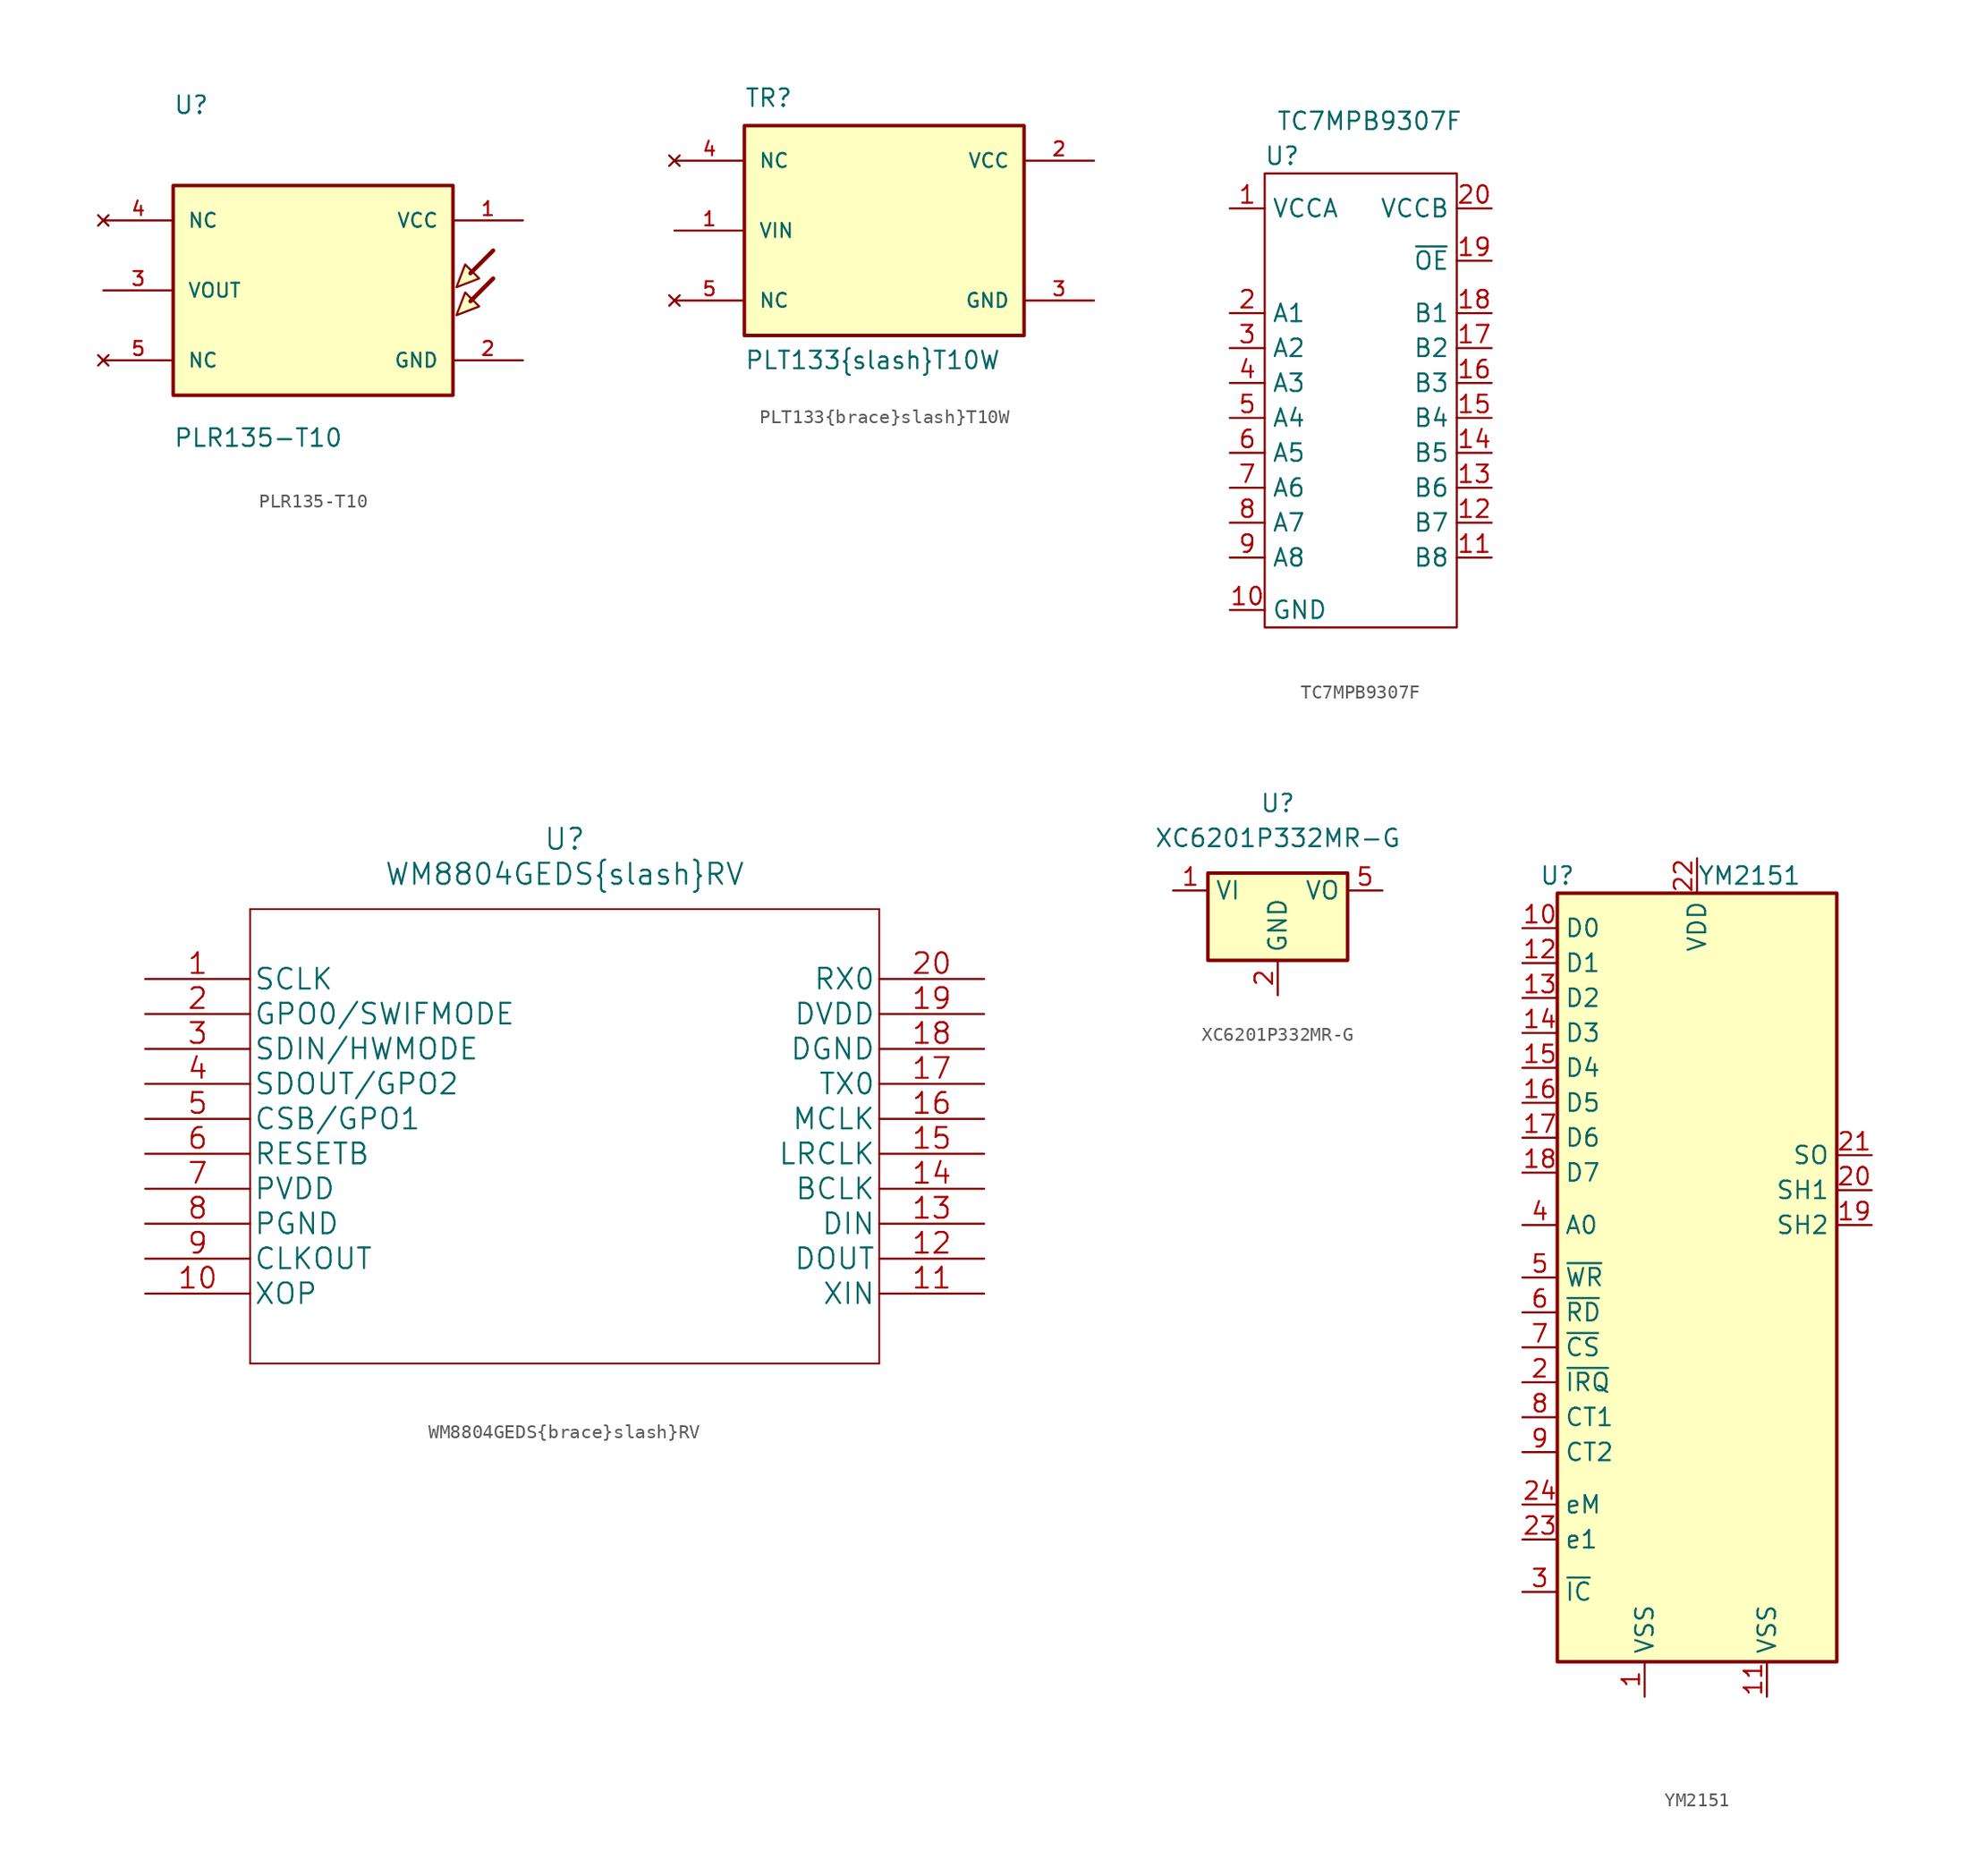
<source format=kicad_sym>
(kicad_symbol_lib
  (version 20211014)
  (generator kicad_symbol_editor)
  (symbol "PLR135-T10"
    (pin_names
      (offset 1.016))
    (property "Reference" "U"
      (at -5.08 11.455 0)
      (effects (font (size 1.27 1.27)) (justify left bottom)))
    (property "Value" "PLR135-T10"
      (at -5.08 -12.725 0)
      (effects (font (size 1.27 1.27)) (justify left bottom)))
    (symbol "PLR135-T10_0_0"
      (rectangle (start -5.08 -8.89) (end 15.24 6.35) (stroke (width 0.254) (type default) (color 0 0 0 0)) (fill (type background)))
      (polyline (pts (xy 18.161 -0.406) (xy 16.51 -2.057)) (stroke (width 0.305) (type default) (color 0 0 0 0)) (fill (type none)))
      (polyline (pts (xy 18.161 1.626) (xy 16.51 -0.025)) (stroke (width 0.305) (type default) (color 0 0 0 0)) (fill (type none)))
      (polyline (pts (xy 15.494 -3.073) (xy 16.129 -1.422) (xy 17.145 -2.438) (xy 15.494 -3.073)) (stroke (width 0.152) (type default) (color 0 0 0 0)) (fill (type background)))
      (polyline (pts (xy 15.494 -1.041) (xy 16.129 0.61) (xy 17.145 -0.406) (xy 15.494 -1.041)) (stroke (width 0.152) (type default) (color 0 0 0 0)) (fill (type background)))
      (pin power_in line (at 20.32 3.81 180) (length 5.08) (name "VCC" (effects (font (size 1.016 1.016)))) (number "1" (effects (font (size 1.016 1.016)))))
      (pin power_in line (at 20.32 -6.35 180) (length 5.08) (name "GND" (effects (font (size 1.016 1.016)))) (number "2" (effects (font (size 1.016 1.016)))))
      (pin output line (at -10.16 -1.27 0) (length 5.08) (name "VOUT" (effects (font (size 1.016 1.016)))) (number "3" (effects (font (size 1.016 1.016)))))
      (pin no_connect line (at -10.16 3.81 0) (length 5.08) (name "NC" (effects (font (size 1.016 1.016)))) (number "4" (effects (font (size 1.016 1.016)))))
      (pin no_connect line (at -10.16 -6.35 0) (length 5.08) (name "NC" (effects (font (size 1.016 1.016)))) (number "5" (effects (font (size 1.016 1.016)))))))
  (symbol "PLT133{brace}slash}T10W"
    (pin_names
      (offset 1.016))
    (property "Reference" "TR"
      (at -10.16 8.89 0)
      (effects (font (size 1.27 1.27)) (justify left bottom)))
    (property "Value" "PLT133{brace}slash}T10W"
      (at -10.16 -10.16 0)
      (effects (font (size 1.27 1.27)) (justify left bottom)))
    (symbol "PLT133{brace}slash}T10W_0_0"
      (rectangle (start -10.16 -7.62) (end 10.16 7.62) (stroke (width 0.254) (type default) (color 0 0 0 0)) (fill (type background)))
      (pin input line (at -15.24 0 0) (length 5.08) (name "VIN" (effects (font (size 1.016 1.016)))) (number "1" (effects (font (size 1.016 1.016)))))
      (pin power_in line (at 15.24 5.08 180) (length 5.08) (name "VCC" (effects (font (size 1.016 1.016)))) (number "2" (effects (font (size 1.016 1.016)))))
      (pin power_in line (at 15.24 -5.08 180) (length 5.08) (name "GND" (effects (font (size 1.016 1.016)))) (number "3" (effects (font (size 1.016 1.016)))))
      (pin no_connect line (at -15.24 5.08 0) (length 5.08) (name "NC" (effects (font (size 1.016 1.016)))) (number "4" (effects (font (size 1.016 1.016)))))
      (pin no_connect line (at -15.24 -5.08 0) (length 5.08) (name "NC" (effects (font (size 1.016 1.016)))) (number "5" (effects (font (size 1.016 1.016)))))))
  (symbol "TC7MPB9307F"
    (property "Reference" "U"
      (at -3.81 1.27 0)
      (effects (font (size 1.27 1.27))))
    (property "Value" "TC7MPB9307F"
      (at 2.54 3.81 0)
      (effects (font (size 1.27 1.27))))
    (symbol "TC7MPB9307F_0_1"
      (rectangle (start -5.08 0) (end 8.89 -33.02) (stroke (width 0) (type default) (color 0 0 0 0)) (fill (type none))))
    (symbol "TC7MPB9307F_1_1"
      (pin power_in line (at -7.62 -2.54 0) (length 2.54) (name "VCCA" (effects (font (size 1.27 1.27)))) (number "1" (effects (font (size 1.27 1.27)))))
      (pin power_in line (at -7.62 -31.75 0) (length 2.54) (name "GND" (effects (font (size 1.27 1.27)))) (number "10" (effects (font (size 1.27 1.27)))))
      (pin bidirectional line (at 11.43 -27.94 180) (length 2.54) (name "B8" (effects (font (size 1.27 1.27)))) (number "11" (effects (font (size 1.27 1.27)))))
      (pin bidirectional line (at 11.43 -25.4 180) (length 2.54) (name "B7" (effects (font (size 1.27 1.27)))) (number "12" (effects (font (size 1.27 1.27)))))
      (pin bidirectional line (at 11.43 -22.86 180) (length 2.54) (name "B6" (effects (font (size 1.27 1.27)))) (number "13" (effects (font (size 1.27 1.27)))))
      (pin bidirectional line (at 11.43 -20.32 180) (length 2.54) (name "B5" (effects (font (size 1.27 1.27)))) (number "14" (effects (font (size 1.27 1.27)))))
      (pin bidirectional line (at 11.43 -17.78 180) (length 2.54) (name "B4" (effects (font (size 1.27 1.27)))) (number "15" (effects (font (size 1.27 1.27)))))
      (pin bidirectional line (at 11.43 -15.24 180) (length 2.54) (name "B3" (effects (font (size 1.27 1.27)))) (number "16" (effects (font (size 1.27 1.27)))))
      (pin bidirectional line (at 11.43 -12.7 180) (length 2.54) (name "B2" (effects (font (size 1.27 1.27)))) (number "17" (effects (font (size 1.27 1.27)))))
      (pin bidirectional line (at 11.43 -10.16 180) (length 2.54) (name "B1" (effects (font (size 1.27 1.27)))) (number "18" (effects (font (size 1.27 1.27)))))
      (pin input line (at 11.43 -6.35 180) (length 2.54) (name "~{OE}" (effects (font (size 1.27 1.27)))) (number "19" (effects (font (size 1.27 1.27)))))
      (pin bidirectional line (at -7.62 -10.16 0) (length 2.54) (name "A1" (effects (font (size 1.27 1.27)))) (number "2" (effects (font (size 1.27 1.27)))))
      (pin power_in line (at 11.43 -2.54 180) (length 2.54) (name "VCCB" (effects (font (size 1.27 1.27)))) (number "20" (effects (font (size 1.27 1.27)))))
      (pin bidirectional line (at -7.62 -12.7 0) (length 2.54) (name "A2" (effects (font (size 1.27 1.27)))) (number "3" (effects (font (size 1.27 1.27)))))
      (pin bidirectional line (at -7.62 -15.24 0) (length 2.54) (name "A3" (effects (font (size 1.27 1.27)))) (number "4" (effects (font (size 1.27 1.27)))))
      (pin bidirectional line (at -7.62 -17.78 0) (length 2.54) (name "A4" (effects (font (size 1.27 1.27)))) (number "5" (effects (font (size 1.27 1.27)))))
      (pin bidirectional line (at -7.62 -20.32 0) (length 2.54) (name "A5" (effects (font (size 1.27 1.27)))) (number "6" (effects (font (size 1.27 1.27)))))
      (pin bidirectional line (at -7.62 -22.86 0) (length 2.54) (name "A6" (effects (font (size 1.27 1.27)))) (number "7" (effects (font (size 1.27 1.27)))))
      (pin bidirectional line (at -7.62 -25.4 0) (length 2.54) (name "A7" (effects (font (size 1.27 1.27)))) (number "8" (effects (font (size 1.27 1.27)))))
      (pin bidirectional line (at -7.62 -27.94 0) (length 2.54) (name "A8" (effects (font (size 1.27 1.27)))) (number "9" (effects (font (size 1.27 1.27)))))))
  (symbol "WM8804GEDS{brace}slash}RV"
    (pin_names
      (offset 0.254))
    (property "Reference" "U"
      (at 30.48 10.16 0)
      (effects (font (size 1.524 1.524))))
    (property "Value" "WM8804GEDS{brace}slash}RV"
      (at 30.48 7.62 0)
      (effects (font (size 1.524 1.524))))
    (property "Datasheet" ""
      (at 0 0 0)
      (effects (font (size 1.524 1.524))))
    (symbol "WM8804GEDS{brace}slash}RV_1_1"
      (polyline (pts (xy 7.62 -27.94) (xy 53.34 -27.94)) (stroke (width 0.127) (type default) (color 0 0 0 0)) (fill (type none)))
      (polyline (pts (xy 7.62 5.08) (xy 7.62 -27.94)) (stroke (width 0.127) (type default) (color 0 0 0 0)) (fill (type none)))
      (polyline (pts (xy 53.34 -27.94) (xy 53.34 5.08)) (stroke (width 0.127) (type default) (color 0 0 0 0)) (fill (type none)))
      (polyline (pts (xy 53.34 5.08) (xy 7.62 5.08)) (stroke (width 0.127) (type default) (color 0 0 0 0)) (fill (type none)))
      (pin bidirectional line (at 0 0 0) (length 7.62) (name "SCLK" (effects (font (size 1.499 1.499)))) (number "1" (effects (font (size 1.499 1.499)))))
      (pin output line (at 0 -22.86 0) (length 7.62) (name "XOP" (effects (font (size 1.499 1.499)))) (number "10" (effects (font (size 1.499 1.499)))))
      (pin input line (at 60.96 -22.86 180) (length 7.62) (name "XIN" (effects (font (size 1.499 1.499)))) (number "11" (effects (font (size 1.499 1.499)))))
      (pin output line (at 60.96 -20.32 180) (length 7.62) (name "DOUT" (effects (font (size 1.499 1.499)))) (number "12" (effects (font (size 1.499 1.499)))))
      (pin input line (at 60.96 -17.78 180) (length 7.62) (name "DIN" (effects (font (size 1.499 1.499)))) (number "13" (effects (font (size 1.499 1.499)))))
      (pin bidirectional line (at 60.96 -15.24 180) (length 7.62) (name "BCLK" (effects (font (size 1.499 1.499)))) (number "14" (effects (font (size 1.499 1.499)))))
      (pin bidirectional line (at 60.96 -12.7 180) (length 7.62) (name "LRCLK" (effects (font (size 1.499 1.499)))) (number "15" (effects (font (size 1.499 1.499)))))
      (pin bidirectional line (at 60.96 -10.16 180) (length 7.62) (name "MCLK" (effects (font (size 1.499 1.499)))) (number "16" (effects (font (size 1.499 1.499)))))
      (pin output line (at 60.96 -7.62 180) (length 7.62) (name "TX0" (effects (font (size 1.499 1.499)))) (number "17" (effects (font (size 1.499 1.499)))))
      (pin power_in line (at 60.96 -5.08 180) (length 7.62) (name "DGND" (effects (font (size 1.499 1.499)))) (number "18" (effects (font (size 1.499 1.499)))))
      (pin power_in line (at 60.96 -2.54 180) (length 7.62) (name "DVDD" (effects (font (size 1.499 1.499)))) (number "19" (effects (font (size 1.499 1.499)))))
      (pin bidirectional line (at 0 -2.54 0) (length 7.62) (name "GPO0/SWIFMODE" (effects (font (size 1.499 1.499)))) (number "2" (effects (font (size 1.499 1.499)))))
      (pin input line (at 60.96 0 180) (length 7.62) (name "RX0" (effects (font (size 1.499 1.499)))) (number "20" (effects (font (size 1.499 1.499)))))
      (pin input line (at 0 -5.08 0) (length 7.62) (name "SDIN/HWMODE" (effects (font (size 1.499 1.499)))) (number "3" (effects (font (size 1.499 1.499)))))
      (pin bidirectional line (at 0 -7.62 0) (length 7.62) (name "SDOUT/GPO2" (effects (font (size 1.499 1.499)))) (number "4" (effects (font (size 1.499 1.499)))))
      (pin bidirectional line (at 0 -10.16 0) (length 7.62) (name "CSB/GPO1" (effects (font (size 1.499 1.499)))) (number "5" (effects (font (size 1.499 1.499)))))
      (pin input line (at 0 -12.7 0) (length 7.62) (name "RESETB" (effects (font (size 1.499 1.499)))) (number "6" (effects (font (size 1.499 1.499)))))
      (pin power_in line (at 0 -15.24 0) (length 7.62) (name "PVDD" (effects (font (size 1.499 1.499)))) (number "7" (effects (font (size 1.499 1.499)))))
      (pin power_in line (at 0 -17.78 0) (length 7.62) (name "PGND" (effects (font (size 1.499 1.499)))) (number "8" (effects (font (size 1.499 1.499)))))
      (pin output line (at 0 -20.32 0) (length 7.62) (name "CLKOUT" (effects (font (size 1.499 1.499)))) (number "9" (effects (font (size 1.499 1.499)))))))
  (symbol "XC6201P332MR-G"
    (property "Reference" "U"
      (at 0 8.89 0)
      (effects (font (size 1.27 1.27))))
    (property "Value" "XC6201P332MR-G"
      (at 0 6.35 0)
      (effects (font (size 1.27 1.27))))
    (symbol "XC6201P332MR-G_0_1"
      (rectangle (start -5.08 3.81) (end 5.08 -2.54) (stroke (width 0.254) (type default) (color 0 0 0 0)) (fill (type background))))
    (symbol "XC6201P332MR-G_1_1"
      (pin power_in line (at -7.62 2.54 0) (length 2.54) (name "VI" (effects (font (size 1.27 1.27)))) (number "1" (effects (font (size 1.27 1.27)))))
      (pin power_in line (at 0 -5.08 90) (length 2.54) (name "GND" (effects (font (size 1.27 1.27)))) (number "2" (effects (font (size 1.27 1.27)))))
      (pin no_connect line (at -7.62 -1.27 0) (length 2.54) hide (name "NC" (effects (font (size 1.27 1.27)))) (number "3" (effects (font (size 1.27 1.27)))))
      (pin no_connect line (at 7.62 -1.27 180) (length 2.54) hide (name "NC" (effects (font (size 1.27 1.27)))) (number "4" (effects (font (size 1.27 1.27)))))
      (pin power_out line (at 7.62 2.54 180) (length 2.54) (name "VO" (effects (font (size 1.27 1.27)))) (number "5" (effects (font (size 1.27 1.27)))))))
  (symbol "YM2151"
    (property "Reference" "U"
      (at -10.16 29.21 0)
      (effects (font (size 1.27 1.27))))
    (property "Value" "YM2151"
      (at 3.81 29.21 0)
      (effects (font (size 1.27 1.27))))
    (symbol "YM2151_0_1"
      (rectangle (start -10.16 27.94) (end 10.16 -27.94) (stroke (width 0.254) (type default) (color 0 0 0 0)) (fill (type background))))
    (symbol "YM2151_1_1"
      (pin power_in line (at -3.81 -30.48 90) (length 2.54) (name "VSS" (effects (font (size 1.27 1.27)))) (number "1" (effects (font (size 1.27 1.27)))))
      (pin bidirectional line (at -12.7 25.4 0) (length 2.54) (name "D0" (effects (font (size 1.27 1.27)))) (number "10" (effects (font (size 1.27 1.27)))))
      (pin power_in line (at 5.08 -30.48 90) (length 2.54) (name "VSS" (effects (font (size 1.27 1.27)))) (number "11" (effects (font (size 1.27 1.27)))))
      (pin bidirectional line (at -12.7 22.86 0) (length 2.54) (name "D1" (effects (font (size 1.27 1.27)))) (number "12" (effects (font (size 1.27 1.27)))))
      (pin bidirectional line (at -12.7 20.32 0) (length 2.54) (name "D2" (effects (font (size 1.27 1.27)))) (number "13" (effects (font (size 1.27 1.27)))))
      (pin bidirectional line (at -12.7 17.78 0) (length 2.54) (name "D3" (effects (font (size 1.27 1.27)))) (number "14" (effects (font (size 1.27 1.27)))))
      (pin bidirectional line (at -12.7 15.24 0) (length 2.54) (name "D4" (effects (font (size 1.27 1.27)))) (number "15" (effects (font (size 1.27 1.27)))))
      (pin bidirectional line (at -12.7 12.7 0) (length 2.54) (name "D5" (effects (font (size 1.27 1.27)))) (number "16" (effects (font (size 1.27 1.27)))))
      (pin bidirectional line (at -12.7 10.16 0) (length 2.54) (name "D6" (effects (font (size 1.27 1.27)))) (number "17" (effects (font (size 1.27 1.27)))))
      (pin bidirectional line (at -12.7 7.62 0) (length 2.54) (name "D7" (effects (font (size 1.27 1.27)))) (number "18" (effects (font (size 1.27 1.27)))))
      (pin output line (at 12.7 3.81 180) (length 2.54) (name "SH2" (effects (font (size 1.27 1.27)))) (number "19" (effects (font (size 1.27 1.27)))))
      (pin output line (at -12.7 -7.62 0) (length 2.54) (name "~{IRQ}" (effects (font (size 1.27 1.27)))) (number "2" (effects (font (size 1.27 1.27)))))
      (pin output line (at 12.7 6.35 180) (length 2.54) (name "SH1" (effects (font (size 1.27 1.27)))) (number "20" (effects (font (size 1.27 1.27)))))
      (pin output line (at 12.7 8.89 180) (length 2.54) (name "SO" (effects (font (size 1.27 1.27)))) (number "21" (effects (font (size 1.27 1.27)))))
      (pin power_in line (at 0 30.48 270) (length 2.54) (name "VDD" (effects (font (size 1.27 1.27)))) (number "22" (effects (font (size 1.27 1.27)))))
      (pin output line (at -12.7 -19.05 0) (length 2.54) (name "e1" (effects (font (size 1.27 1.27)))) (number "23" (effects (font (size 1.27 1.27)))))
      (pin input line (at -12.7 -16.51 0) (length 2.54) (name "eM" (effects (font (size 1.27 1.27)))) (number "24" (effects (font (size 1.27 1.27)))))
      (pin input line (at -12.7 -22.86 0) (length 2.54) (name "~{IC}" (effects (font (size 1.27 1.27)))) (number "3" (effects (font (size 1.27 1.27)))))
      (pin input line (at -12.7 3.81 0) (length 2.54) (name "A0" (effects (font (size 1.27 1.27)))) (number "4" (effects (font (size 1.27 1.27)))))
      (pin input line (at -12.7 0 0) (length 2.54) (name "~{WR}" (effects (font (size 1.27 1.27)))) (number "5" (effects (font (size 1.27 1.27)))))
      (pin input line (at -12.7 -2.54 0) (length 2.54) (name "~{RD}" (effects (font (size 1.27 1.27)))) (number "6" (effects (font (size 1.27 1.27)))))
      (pin input line (at -12.7 -5.08 0) (length 2.54) (name "~{CS}" (effects (font (size 1.27 1.27)))) (number "7" (effects (font (size 1.27 1.27)))))
      (pin output line (at -12.7 -10.16 0) (length 2.54) (name "CT1" (effects (font (size 1.27 1.27)))) (number "8" (effects (font (size 1.27 1.27)))))
      (pin output line (at -12.7 -12.7 0) (length 2.54) (name "CT2" (effects (font (size 1.27 1.27)))) (number "9" (effects (font (size 1.27 1.27))))))))
</source>
